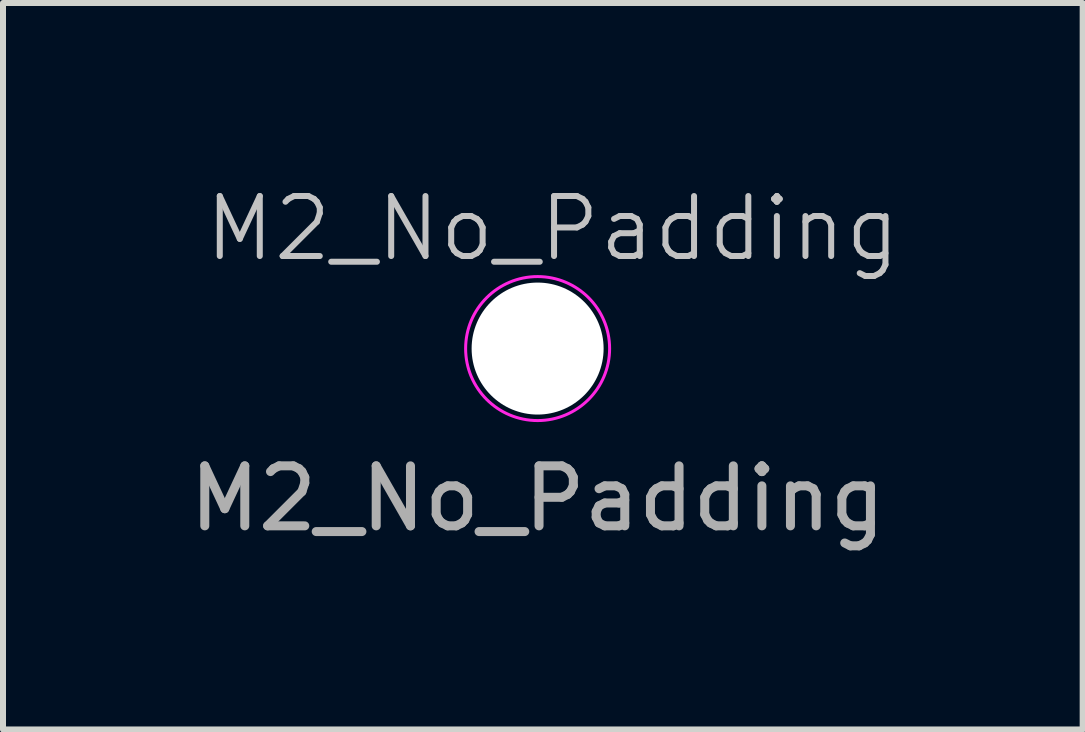
<source format=kicad_pcb>
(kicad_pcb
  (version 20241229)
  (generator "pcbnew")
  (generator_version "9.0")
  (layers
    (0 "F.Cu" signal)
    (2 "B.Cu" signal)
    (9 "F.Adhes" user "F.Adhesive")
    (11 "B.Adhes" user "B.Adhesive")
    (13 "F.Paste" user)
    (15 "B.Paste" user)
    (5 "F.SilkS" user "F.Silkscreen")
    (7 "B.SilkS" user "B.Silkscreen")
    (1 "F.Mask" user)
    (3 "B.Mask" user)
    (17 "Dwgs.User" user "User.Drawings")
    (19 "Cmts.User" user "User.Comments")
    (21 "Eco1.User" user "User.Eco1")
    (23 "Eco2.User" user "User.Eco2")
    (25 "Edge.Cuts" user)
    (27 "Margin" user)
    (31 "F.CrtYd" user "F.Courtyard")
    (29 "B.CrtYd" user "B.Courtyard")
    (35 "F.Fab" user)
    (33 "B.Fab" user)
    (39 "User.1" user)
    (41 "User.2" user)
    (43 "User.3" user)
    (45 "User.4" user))
  (footprint "M2_No_Padding"
    (layer "F.Cu")
    (at 5.911 2.76)
    (property "Reference" "M2_No_Padding" (at 0.25 -2 0) (unlocked yes) (layer "Dwgs.User") (effects (font (size 1 1) (thickness 0.1))))
    (fp_circle (center 0 0) (end 1.2 0) (stroke (width 0.05) (type default)) (fill no) (layer "F.CrtYd"))
    (fp_text user "${REFERENCE}" (at 0 2.5 0) (unlocked yes) (layer "F.Fab") (effects (font (size 1 1) (thickness 0.15))))
    (pad "" np_thru_hole circle (at 0 0) (size 2.2 2.2) (drill 2.2) (layers "*.Cu" "*.Mask")))
  (gr_rect
    (start -3 -3)
    (end 14.996 9.109)
    (stroke (width 0.1) (type default))
    (fill no)
    (layer "Edge.Cuts")))
</source>
